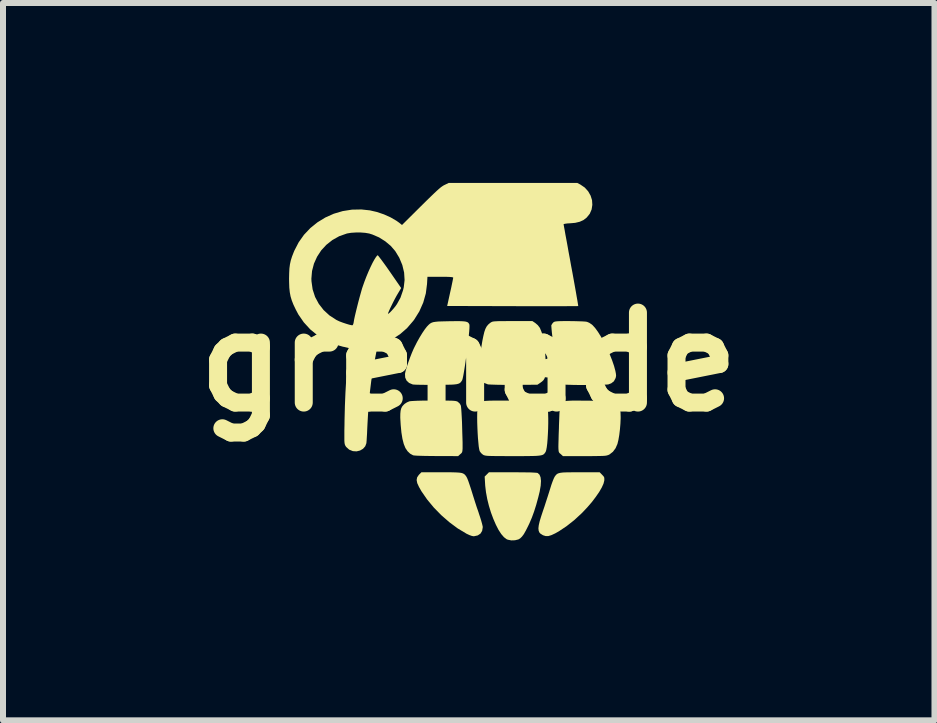
<source format=kicad_pcb>
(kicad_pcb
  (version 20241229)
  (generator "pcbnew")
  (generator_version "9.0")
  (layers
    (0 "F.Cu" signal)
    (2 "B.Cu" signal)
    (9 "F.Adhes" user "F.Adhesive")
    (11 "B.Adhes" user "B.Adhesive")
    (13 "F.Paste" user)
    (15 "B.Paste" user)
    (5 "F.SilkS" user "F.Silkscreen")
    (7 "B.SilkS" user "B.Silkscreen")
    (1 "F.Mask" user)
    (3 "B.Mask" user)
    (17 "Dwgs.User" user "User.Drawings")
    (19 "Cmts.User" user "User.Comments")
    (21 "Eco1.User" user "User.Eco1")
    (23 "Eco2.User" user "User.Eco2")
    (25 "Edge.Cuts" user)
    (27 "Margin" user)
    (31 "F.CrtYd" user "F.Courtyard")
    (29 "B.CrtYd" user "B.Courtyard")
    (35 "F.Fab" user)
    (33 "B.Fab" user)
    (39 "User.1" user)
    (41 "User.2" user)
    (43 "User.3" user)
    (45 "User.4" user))
  (footprint "grenade"
    (layer "F.Cu")
    (at 4.764 2.983)
    (property "Reference" "grenade" (at 0 0 0) (layer "F.SilkS") (effects (font (size 1.5 1.5) (thickness 0.3))))
    (attr board_only exclude_from_pos_files exclude_from_bom)
    (fp_poly (pts (xy 0.849 1.841) (xy 0.948 1.842) (xy 1.029 1.843) (xy 1.09 1.846) (xy 1.131 1.849) (xy 1.149 1.852) (xy 1.18 1.88) (xy 1.198 1.924) (xy 1.205 1.985) (xy 1.2 2.064) (xy 1.183 2.162) (xy 1.16 2.256) (xy 1.125 2.384) (xy 1.09 2.495) (xy 1.053 2.596) (xy 1.012 2.692) (xy 0.99 2.738) (xy 0.951 2.815) (xy 0.918 2.873) (xy 0.887 2.914) (xy 0.857 2.943) (xy 0.826 2.961) (xy 0.824 2.961) (xy 0.771 2.974) (xy 0.71 2.976) (xy 0.654 2.965) (xy 0.633 2.957) (xy 0.588 2.923) (xy 0.542 2.87) (xy 0.496 2.799) (xy 0.452 2.713) (xy 0.41 2.616) (xy 0.371 2.511) (xy 0.337 2.4) (xy 0.309 2.287) (xy 0.288 2.173) (xy 0.275 2.064) (xy 0.273 2.031) (xy 0.266 1.912) (xy 0.302 1.876) (xy 0.338 1.84) (xy 0.732 1.84)) (stroke (width 0) (type solid)) (fill yes) (layer "F.SilkS"))
    (fp_poly (pts (xy -0.355 1.84) (xy -0.273 1.841) (xy -0.209 1.843) (xy -0.16 1.846) (xy -0.123 1.851) (xy -0.097 1.859) (xy -0.077 1.87) (xy -0.061 1.884) (xy -0.047 1.902) (xy -0.038 1.915) (xy -0.026 1.938) (xy -0.009 1.98) (xy 0.01 2.035) (xy 0.031 2.098) (xy 0.046 2.145) (xy 0.072 2.229) (xy 0.102 2.324) (xy 0.133 2.42) (xy 0.163 2.506) (xy 0.169 2.526) (xy 0.191 2.592) (xy 0.21 2.653) (xy 0.224 2.705) (xy 0.233 2.743) (xy 0.234 2.758) (xy 0.224 2.817) (xy 0.196 2.863) (xy 0.151 2.893) (xy 0.093 2.906) (xy 0.079 2.907) (xy 0.05 2.901) (xy 0.008 2.886) (xy -0.038 2.864) (xy -0.041 2.862) (xy -0.184 2.776) (xy -0.324 2.672) (xy -0.459 2.554) (xy -0.583 2.427) (xy -0.694 2.293) (xy -0.788 2.157) (xy -0.829 2.085) (xy -0.858 2.022) (xy -0.868 1.97) (xy -0.86 1.926) (xy -0.834 1.887) (xy -0.828 1.88) (xy -0.788 1.84) (xy -0.457 1.84)) (stroke (width 0) (type solid)) (fill yes) (layer "F.SilkS"))
    (fp_poly (pts (xy 2.224 1.882) (xy 2.249 1.909) (xy 2.26 1.931) (xy 2.261 1.96) (xy 2.26 1.98) (xy 2.247 2.031) (xy 2.218 2.095) (xy 2.175 2.169) (xy 2.119 2.25) (xy 2.054 2.336) (xy 1.979 2.423) (xy 1.898 2.509) (xy 1.881 2.526) (xy 1.757 2.64) (xy 1.63 2.74) (xy 1.504 2.824) (xy 1.44 2.86) (xy 1.377 2.889) (xy 1.327 2.904) (xy 1.283 2.904) (xy 1.241 2.891) (xy 1.231 2.886) (xy 1.2 2.867) (xy 1.178 2.844) (xy 1.166 2.814) (xy 1.162 2.774) (xy 1.168 2.723) (xy 1.183 2.657) (xy 1.208 2.575) (xy 1.236 2.49) (xy 1.264 2.408) (xy 1.292 2.321) (xy 1.32 2.235) (xy 1.344 2.159) (xy 1.359 2.111) (xy 1.378 2.05) (xy 1.398 1.994) (xy 1.416 1.949) (xy 1.43 1.92) (xy 1.432 1.916) (xy 1.447 1.895) (xy 1.462 1.878) (xy 1.479 1.865) (xy 1.501 1.856) (xy 1.531 1.849) (xy 1.572 1.844) (xy 1.626 1.842) (xy 1.696 1.841) (xy 1.786 1.84) (xy 1.852 1.84) (xy 2.183 1.84)) (stroke (width 0) (type solid)) (fill yes) (layer "F.SilkS"))
    (fp_poly (pts (xy 1.11 -0.648) (xy 1.152 -0.612) (xy 1.186 -0.567) (xy 1.188 -0.563) (xy 1.216 -0.494) (xy 1.241 -0.404) (xy 1.26 -0.296) (xy 1.274 -0.174) (xy 1.281 -0.039) (xy 1.283 0.053) (xy 1.282 0.134) (xy 1.28 0.197) (xy 1.274 0.243) (xy 1.263 0.278) (xy 1.246 0.305) (xy 1.223 0.327) (xy 1.193 0.349) (xy 1.145 0.381) (xy 0.757 0.383) (xy 0.661 0.383) (xy 0.571 0.383) (xy 0.49 0.382) (xy 0.42 0.38) (xy 0.365 0.378) (xy 0.329 0.376) (xy 0.317 0.374) (xy 0.259 0.352) (xy 0.215 0.311) (xy 0.187 0.256) (xy 0.186 0.253) (xy 0.18 0.213) (xy 0.178 0.155) (xy 0.179 0.082) (xy 0.184 -0.001) (xy 0.191 -0.091) (xy 0.202 -0.183) (xy 0.21 -0.243) (xy 0.227 -0.347) (xy 0.244 -0.431) (xy 0.26 -0.498) (xy 0.278 -0.55) (xy 0.299 -0.59) (xy 0.324 -0.621) (xy 0.353 -0.646) (xy 0.362 -0.653) (xy 0.375 -0.661) (xy 0.387 -0.667) (xy 0.403 -0.672) (xy 0.426 -0.675) (xy 0.457 -0.677) (xy 0.501 -0.679) (xy 0.559 -0.679) (xy 0.635 -0.68) (xy 0.731 -0.68) (xy 0.732 -0.68) (xy 1.062 -0.68)) (stroke (width 0) (type solid)) (fill yes) (layer "F.SilkS"))
    (fp_poly (pts (xy 1.863 0.646) (xy 1.963 0.647) (xy 2.004 0.647) (xy 2.389 0.651) (xy 2.44 0.686) (xy 2.478 0.717) (xy 2.505 0.75) (xy 2.522 0.791) (xy 2.531 0.845) (xy 2.533 0.915) (xy 2.533 0.942) (xy 2.529 1.032) (xy 2.521 1.127) (xy 2.51 1.218) (xy 2.496 1.3) (xy 2.48 1.366) (xy 2.48 1.367) (xy 2.448 1.44) (xy 2.404 1.499) (xy 2.35 1.541) (xy 2.342 1.546) (xy 2.326 1.553) (xy 2.31 1.558) (xy 2.29 1.563) (xy 2.264 1.566) (xy 2.229 1.568) (xy 2.182 1.569) (xy 2.121 1.57) (xy 2.042 1.571) (xy 1.943 1.571) (xy 1.93 1.571) (xy 1.571 1.571) (xy 1.533 1.536) (xy 1.522 1.527) (xy 1.513 1.519) (xy 1.507 1.51) (xy 1.501 1.497) (xy 1.498 1.477) (xy 1.496 1.45) (xy 1.495 1.412) (xy 1.496 1.361) (xy 1.498 1.294) (xy 1.5 1.21) (xy 1.504 1.105) (xy 1.505 1.055) (xy 1.509 0.953) (xy 1.512 0.872) (xy 1.516 0.81) (xy 1.522 0.762) (xy 1.529 0.727) (xy 1.538 0.703) (xy 1.55 0.685) (xy 1.565 0.672) (xy 1.583 0.662) (xy 1.596 0.657) (xy 1.613 0.653) (xy 1.638 0.65) (xy 1.673 0.648) (xy 1.72 0.646) (xy 1.783 0.646)) (stroke (width 0) (type solid)) (fill yes) (layer "F.SilkS"))
    (fp_poly (pts (xy -0.478 0.645) (xy -0.396 0.645) (xy -0.332 0.646) (xy -0.284 0.647) (xy -0.248 0.649) (xy -0.222 0.652) (xy -0.204 0.656) (xy -0.19 0.661) (xy -0.18 0.667) (xy -0.147 0.698) (xy -0.131 0.729) (xy -0.128 0.751) (xy -0.124 0.793) (xy -0.12 0.851) (xy -0.116 0.922) (xy -0.112 1.001) (xy -0.11 1.072) (xy -0.107 1.184) (xy -0.104 1.274) (xy -0.102 1.345) (xy -0.102 1.401) (xy -0.102 1.442) (xy -0.104 1.472) (xy -0.107 1.494) (xy -0.112 1.508) (xy -0.119 1.519) (xy -0.128 1.528) (xy -0.139 1.537) (xy -0.176 1.571) (xy -0.536 1.57) (xy -0.634 1.569) (xy -0.721 1.568) (xy -0.797 1.566) (xy -0.858 1.564) (xy -0.901 1.561) (xy -0.924 1.558) (xy -0.926 1.558) (xy -0.977 1.53) (xy -1.019 1.49) (xy -1.055 1.437) (xy -1.083 1.368) (xy -1.105 1.282) (xy -1.122 1.176) (xy -1.134 1.049) (xy -1.136 1.016) (xy -1.141 0.93) (xy -1.14 0.863) (xy -1.135 0.812) (xy -1.124 0.772) (xy -1.106 0.739) (xy -1.08 0.711) (xy -1.067 0.699) (xy -1.03 0.675) (xy -0.99 0.658) (xy -0.987 0.657) (xy -0.963 0.654) (xy -0.918 0.651) (xy -0.855 0.648) (xy -0.776 0.646) (xy -0.685 0.645) (xy -0.583 0.645) (xy -0.58 0.645)) (stroke (width 0) (type solid)) (fill yes) (layer "F.SilkS"))
    (fp_poly (pts (xy 1.76 -0.679) (xy 1.832 -0.677) (xy 1.894 -0.675) (xy 1.942 -0.672) (xy 1.97 -0.668) (xy 1.973 -0.667) (xy 2.009 -0.652) (xy 2.048 -0.626) (xy 2.063 -0.614) (xy 2.107 -0.566) (xy 2.155 -0.5) (xy 2.205 -0.42) (xy 2.255 -0.328) (xy 2.304 -0.23) (xy 2.35 -0.128) (xy 2.39 -0.028) (xy 2.423 0.068) (xy 2.445 0.15) (xy 2.454 0.197) (xy 2.457 0.23) (xy 2.452 0.259) (xy 2.447 0.274) (xy 2.42 0.324) (xy 2.375 0.358) (xy 2.326 0.376) (xy 2.303 0.378) (xy 2.261 0.38) (xy 2.204 0.382) (xy 2.134 0.383) (xy 2.056 0.384) (xy 1.974 0.385) (xy 1.892 0.385) (xy 1.813 0.385) (xy 1.741 0.384) (xy 1.68 0.382) (xy 1.634 0.381) (xy 1.607 0.379) (xy 1.606 0.378) (xy 1.564 0.361) (xy 1.524 0.33) (xy 1.496 0.293) (xy 1.49 0.279) (xy 1.485 0.255) (xy 1.478 0.213) (xy 1.469 0.155) (xy 1.459 0.084) (xy 1.448 0.004) (xy 1.436 -0.082) (xy 1.425 -0.171) (xy 1.414 -0.26) (xy 1.403 -0.346) (xy 1.394 -0.425) (xy 1.386 -0.494) (xy 1.381 -0.549) (xy 1.378 -0.589) (xy 1.377 -0.609) (xy 1.378 -0.611) (xy 1.392 -0.636) (xy 1.41 -0.657) (xy 1.419 -0.664) (xy 1.432 -0.67) (xy 1.451 -0.674) (xy 1.479 -0.677) (xy 1.519 -0.679) (xy 1.576 -0.68) (xy 1.651 -0.68) (xy 1.681 -0.68)) (stroke (width 0) (type solid)) (fill yes) (layer "F.SilkS"))
    (fp_poly (pts (xy -0.152 -0.679) (xy -0.098 -0.677) (xy -0.058 -0.673) (xy -0.031 -0.666) (xy -0.012 -0.657) (xy 0.000459 -0.643) (xy 0.01 -0.626) (xy 0.011 -0.622) (xy 0.013 -0.602) (xy 0.012 -0.562) (xy 0.008 -0.505) (xy 0.001 -0.435) (xy -0.008 -0.355) (xy -0.018 -0.267) (xy -0.03 -0.176) (xy -0.042 -0.084) (xy -0.054 0.006) (xy -0.067 0.09) (xy -0.079 0.165) (xy -0.09 0.227) (xy -0.1 0.274) (xy -0.108 0.303) (xy -0.111 0.308) (xy -0.124 0.328) (xy -0.137 0.344) (xy -0.153 0.356) (xy -0.174 0.365) (xy -0.203 0.372) (xy -0.243 0.377) (xy -0.295 0.38) (xy -0.363 0.381) (xy -0.45 0.382) (xy -0.545 0.383) (xy -0.635 0.383) (xy -0.72 0.383) (xy -0.795 0.382) (xy -0.857 0.381) (xy -0.903 0.379) (xy -0.931 0.377) (xy -0.934 0.376) (xy -0.994 0.351) (xy -1.036 0.312) (xy -1.059 0.261) (xy -1.062 0.201) (xy -1.061 0.194) (xy -1.051 0.147) (xy -1.032 0.084) (xy -1.008 0.011) (xy -0.98 -0.067) (xy -0.95 -0.144) (xy -0.92 -0.214) (xy -0.903 -0.249) (xy -0.862 -0.33) (xy -0.817 -0.41) (xy -0.773 -0.482) (xy -0.731 -0.544) (xy -0.696 -0.589) (xy -0.69 -0.595) (xy -0.667 -0.619) (xy -0.645 -0.638) (xy -0.621 -0.652) (xy -0.593 -0.662) (xy -0.556 -0.668) (xy -0.507 -0.673) (xy -0.443 -0.675) (xy -0.36 -0.677) (xy -0.317 -0.678) (xy -0.225 -0.679)) (stroke (width 0) (type solid)) (fill yes) (layer "F.SilkS"))
    (fp_poly (pts (xy 0.857 0.645) (xy 0.962 0.645) (xy 1.048 0.646) (xy 1.117 0.648) (xy 1.171 0.651) (xy 1.212 0.656) (xy 1.243 0.662) (xy 1.265 0.67) (xy 1.28 0.681) (xy 1.291 0.694) (xy 1.301 0.71) (xy 1.306 0.721) (xy 1.314 0.751) (xy 1.32 0.801) (xy 1.324 0.866) (xy 1.326 0.943) (xy 1.326 1.027) (xy 1.324 1.115) (xy 1.32 1.202) (xy 1.315 1.286) (xy 1.309 1.361) (xy 1.301 1.424) (xy 1.292 1.472) (xy 1.283 1.499) (xy 1.272 1.516) (xy 1.261 1.53) (xy 1.248 1.542) (xy 1.231 1.551) (xy 1.206 1.558) (xy 1.173 1.563) (xy 1.128 1.567) (xy 1.07 1.569) (xy 0.996 1.57) (xy 0.903 1.571) (xy 0.791 1.571) (xy 0.737 1.571) (xy 0.62 1.571) (xy 0.525 1.57) (xy 0.448 1.57) (xy 0.388 1.569) (xy 0.342 1.568) (xy 0.308 1.566) (xy 0.283 1.563) (xy 0.265 1.559) (xy 0.252 1.555) (xy 0.241 1.549) (xy 0.237 1.547) (xy 0.206 1.52) (xy 0.183 1.488) (xy 0.182 1.485) (xy 0.175 1.457) (xy 0.167 1.409) (xy 0.161 1.346) (xy 0.154 1.271) (xy 0.149 1.188) (xy 0.145 1.101) (xy 0.142 1.014) (xy 0.141 0.931) (xy 0.141 0.923) (xy 0.142 0.843) (xy 0.147 0.783) (xy 0.156 0.739) (xy 0.171 0.707) (xy 0.193 0.682) (xy 0.213 0.668) (xy 0.224 0.663) (xy 0.236 0.658) (xy 0.251 0.654) (xy 0.273 0.651) (xy 0.303 0.649) (xy 0.343 0.647) (xy 0.397 0.646) (xy 0.465 0.645) (xy 0.551 0.645) (xy 0.657 0.645) (xy 0.731 0.645)) (stroke (width 0) (type solid)) (fill yes) (layer "F.SilkS"))
    (fp_poly (pts (xy 1.862 -2.956) (xy 1.935 -2.906) (xy 1.991 -2.844) (xy 2.032 -2.772) (xy 2.056 -2.696) (xy 2.061 -2.618) (xy 2.049 -2.541) (xy 2.018 -2.469) (xy 1.967 -2.406) (xy 1.913 -2.364) (xy 1.851 -2.336) (xy 1.775 -2.318) (xy 1.697 -2.311) (xy 1.646 -2.308) (xy 1.608 -2.303) (xy 1.586 -2.298) (xy 1.582 -2.295) (xy 1.584 -2.281) (xy 1.59 -2.247) (xy 1.6 -2.194) (xy 1.612 -2.124) (xy 1.628 -2.039) (xy 1.646 -1.941) (xy 1.665 -1.833) (xy 1.687 -1.716) (xy 1.706 -1.609) (xy 1.729 -1.487) (xy 1.75 -1.371) (xy 1.769 -1.265) (xy 1.786 -1.17) (xy 1.8 -1.088) (xy 1.812 -1.021) (xy 1.82 -0.971) (xy 1.825 -0.94) (xy 1.825 -0.931) (xy 1.813 -0.93) (xy 1.779 -0.929) (xy 1.725 -0.929) (xy 1.652 -0.929) (xy 1.563 -0.928) (xy 1.458 -0.928) (xy 1.34 -0.928) (xy 1.209 -0.928) (xy 1.069 -0.928) (xy 0.919 -0.928) (xy 0.762 -0.929) (xy 0.731 -0.929) (xy -0.359 -0.932) (xy -0.309 -1.16) (xy -0.293 -1.231) (xy -0.28 -1.294) (xy -0.269 -1.347) (xy -0.262 -1.384) (xy -0.258 -1.403) (xy -0.258 -1.404) (xy -0.264 -1.409) (xy -0.282 -1.413) (xy -0.316 -1.416) (xy -0.367 -1.418) (xy -0.438 -1.418) (xy -0.473 -1.418) (xy -0.688 -1.418) (xy -0.695 -1.298) (xy -0.715 -1.141) (xy -0.758 -0.989) (xy -0.823 -0.842) (xy -0.909 -0.704) (xy -0.925 -0.683) (xy -1.029 -0.562) (xy -1.147 -0.46) (xy -1.28 -0.374) (xy -1.429 -0.304) (xy -1.456 -0.293) (xy -1.52 -0.269) (xy -1.562 -0.05) (xy -1.597 0.138) (xy -1.625 0.319) (xy -1.647 0.499) (xy -1.665 0.684) (xy -1.679 0.882) (xy -1.688 1.043) (xy -1.692 1.123) (xy -1.695 1.198) (xy -1.699 1.262) (xy -1.702 1.313) (xy -1.705 1.346) (xy -1.706 1.356) (xy -1.725 1.407) (xy -1.762 1.449) (xy -1.812 1.478) (xy -1.87 1.492) (xy -1.931 1.488) (xy -1.993 1.463) (xy -2.042 1.419) (xy -2.053 1.403) (xy -2.059 1.392) (xy -2.064 1.38) (xy -2.068 1.365) (xy -2.071 1.343) (xy -2.073 1.313) (xy -2.073 1.271) (xy -2.073 1.215) (xy -2.073 1.143) (xy -2.071 1.053) (xy -2.07 0.967) (xy -2.064 0.731) (xy -2.055 0.513) (xy -2.043 0.306) (xy -2.026 0.106) (xy -2.009 -0.056) (xy -2.003 -0.116) (xy -1.998 -0.167) (xy -1.995 -0.205) (xy -1.994 -0.226) (xy -1.995 -0.229) (xy -2.007 -0.233) (xy -2.037 -0.24) (xy -2.079 -0.25) (xy -2.093 -0.252) (xy -2.244 -0.295) (xy -2.387 -0.359) (xy -2.52 -0.442) (xy -2.642 -0.542) (xy -2.749 -0.659) (xy -2.839 -0.789) (xy -2.883 -0.872) (xy -2.922 -0.954) (xy -2.95 -1.025) (xy -2.97 -1.092) (xy -2.983 -1.161) (xy -2.991 -1.237) (xy -2.994 -1.328) (xy -2.995 -1.383) (xy -2.995 -1.387) (xy -2.623 -1.387) (xy -2.621 -1.342) (xy -2.602 -1.208) (xy -2.561 -1.082) (xy -2.499 -0.967) (xy -2.419 -0.864) (xy -2.321 -0.774) (xy -2.207 -0.7) (xy -2.201 -0.697) (xy -2.157 -0.676) (xy -2.102 -0.655) (xy -2.045 -0.636) (xy -1.992 -0.62) (xy -1.95 -0.611) (xy -1.938 -0.61) (xy -1.929 -0.62) (xy -1.92 -0.647) (xy -1.917 -0.665) (xy -1.91 -0.707) (xy -1.897 -0.767) (xy -1.88 -0.839) (xy -1.86 -0.92) (xy -1.839 -1.003) (xy -1.817 -1.085) (xy -1.796 -1.16) (xy -1.778 -1.224) (xy -1.765 -1.262) (xy -1.736 -1.344) (xy -1.704 -1.427) (xy -1.67 -1.508) (xy -1.636 -1.583) (xy -1.603 -1.651) (xy -1.572 -1.707) (xy -1.546 -1.748) (xy -1.526 -1.773) (xy -1.518 -1.777) (xy -1.508 -1.769) (xy -1.488 -1.743) (xy -1.457 -1.703) (xy -1.419 -1.651) (xy -1.374 -1.589) (xy -1.326 -1.52) (xy -1.316 -1.506) (xy -1.126 -1.231) (xy -1.178 -1.144) (xy -1.203 -1.102) (xy -1.23 -1.052) (xy -1.258 -0.998) (xy -1.285 -0.943) (xy -1.31 -0.892) (xy -1.329 -0.849) (xy -1.342 -0.818) (xy -1.346 -0.803) (xy -1.345 -0.802) (xy -1.334 -0.806) (xy -1.312 -0.825) (xy -1.284 -0.854) (xy -1.252 -0.89) (xy -1.221 -0.928) (xy -1.196 -0.964) (xy -1.138 -1.069) (xy -1.096 -1.19) (xy -1.083 -1.242) (xy -1.069 -1.365) (xy -1.077 -1.49) (xy -1.107 -1.615) (xy -1.158 -1.737) (xy -1.225 -1.847) (xy -1.299 -1.933) (xy -1.391 -2.01) (xy -1.494 -2.075) (xy -1.605 -2.123) (xy -1.659 -2.14) (xy -1.723 -2.151) (xy -1.8 -2.157) (xy -1.883 -2.157) (xy -1.961 -2.152) (xy -2.027 -2.141) (xy -2.034 -2.139) (xy -2.159 -2.095) (xy -2.273 -2.031) (xy -2.373 -1.952) (xy -2.459 -1.859) (xy -2.528 -1.753) (xy -2.58 -1.638) (xy -2.612 -1.515) (xy -2.623 -1.387) (xy -2.995 -1.387) (xy -2.993 -1.48) (xy -2.989 -1.559) (xy -2.98 -1.628) (xy -2.966 -1.692) (xy -2.945 -1.758) (xy -2.916 -1.832) (xy -2.907 -1.854) (xy -2.835 -1.993) (xy -2.746 -2.119) (xy -2.64 -2.231) (xy -2.521 -2.327) (xy -2.39 -2.407) (xy -2.249 -2.47) (xy -2.1 -2.514) (xy -1.946 -2.538) (xy -1.789 -2.541) (xy -1.648 -2.526) (xy -1.531 -2.499) (xy -1.413 -2.459) (xy -1.302 -2.409) (xy -1.204 -2.352) (xy -1.158 -2.319) (xy -1.112 -2.282) (xy -0.793 -2.599) (xy -0.708 -2.683) (xy -0.637 -2.752) (xy -0.579 -2.808) (xy -0.532 -2.852) (xy -0.494 -2.886) (xy -0.463 -2.912) (xy -0.437 -2.93) (xy -0.415 -2.944) (xy -0.404 -2.949) (xy -0.334 -2.983) (xy 0.738 -2.983) (xy 1.811 -2.983)) (stroke (width 0) (type solid)) (fill yes) (layer "F.SilkS")))
  (gr_rect
    (start -3 -3)
    (end 12.529 8.959)
    (stroke (width 0.1) (type default))
    (fill no)
    (layer "Edge.Cuts")))
</source>
